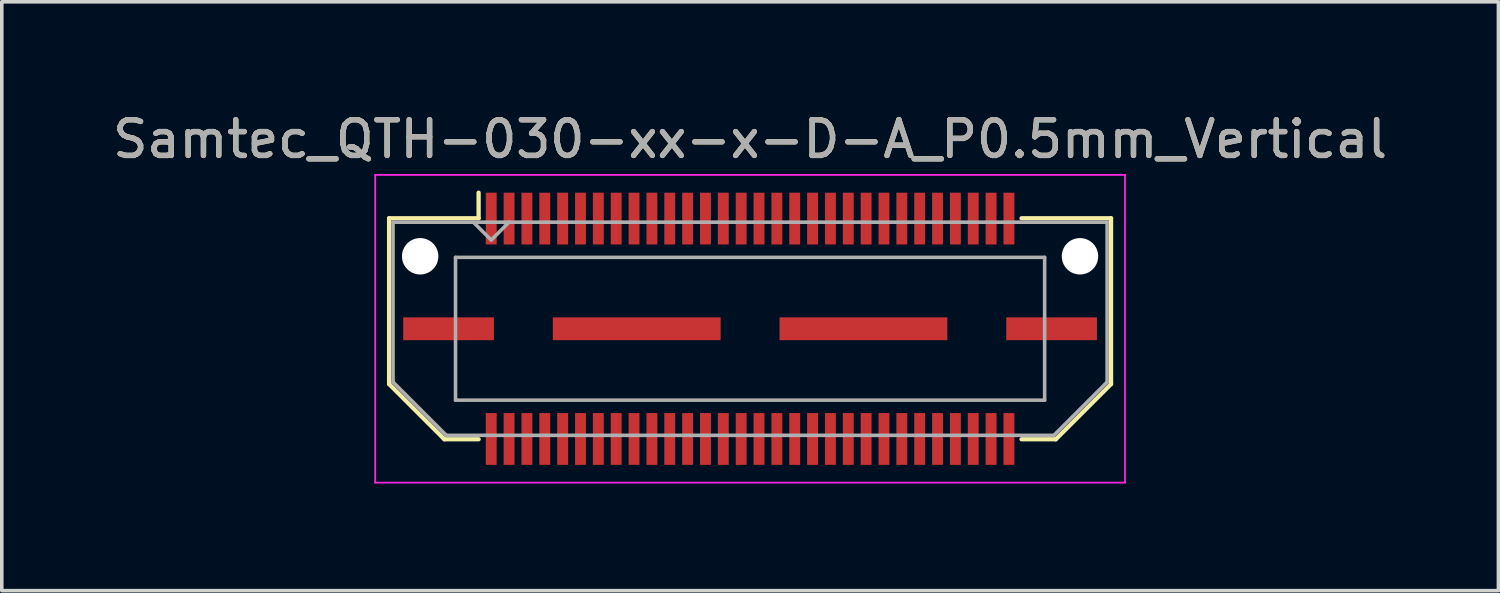
<source format=kicad_pcb>
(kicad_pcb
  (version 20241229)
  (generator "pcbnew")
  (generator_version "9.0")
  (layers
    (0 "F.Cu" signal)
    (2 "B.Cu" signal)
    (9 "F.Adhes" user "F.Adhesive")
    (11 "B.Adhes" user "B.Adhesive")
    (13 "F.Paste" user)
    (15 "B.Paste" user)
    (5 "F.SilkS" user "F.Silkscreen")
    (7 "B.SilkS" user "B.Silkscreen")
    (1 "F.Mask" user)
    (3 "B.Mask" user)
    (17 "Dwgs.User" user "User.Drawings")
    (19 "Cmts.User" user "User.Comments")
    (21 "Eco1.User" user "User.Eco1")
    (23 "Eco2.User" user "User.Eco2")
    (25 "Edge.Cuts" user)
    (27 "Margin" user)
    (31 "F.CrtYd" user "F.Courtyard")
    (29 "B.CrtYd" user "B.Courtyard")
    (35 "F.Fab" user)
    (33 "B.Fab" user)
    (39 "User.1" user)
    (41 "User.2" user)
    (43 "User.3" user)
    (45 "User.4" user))
  (footprint "Samtec_QTH-030-xx-x-D-A_P0.5mm_Vertical"
    (layer "F.Cu")
    (at 17.958 6.158)
    (property "Reference" "Samtec_QTH-030-xx-x-D-A_P0.5mm_Vertical" (at 0 -5.31 0) (layer "F.SilkS") (effects (font (size 1 1) (thickness 0.15))))
    (attr smd)
    (fp_line (start -10.11 -3.095) (end -10.11 1.548) (stroke (width 0.12) (type solid)) (layer "F.SilkS"))
    (fp_line (start -10.11 1.548) (end -8.562 3.095) (stroke (width 0.12) (type solid)) (layer "F.SilkS"))
    (fp_line (start -8.562 3.095) (end -7.603 3.095) (stroke (width 0.12) (type solid)) (layer "F.SilkS"))
    (fp_line (start -7.603 -3.811) (end -7.603 -3.095) (stroke (width 0.12) (type solid)) (layer "F.SilkS"))
    (fp_line (start -7.603 -3.095) (end -10.11 -3.095) (stroke (width 0.12) (type solid)) (layer "F.SilkS"))
    (fp_line (start 7.603 -3.095) (end 10.11 -3.095) (stroke (width 0.12) (type solid)) (layer "F.SilkS"))
    (fp_line (start 8.562 3.095) (end 7.603 3.095) (stroke (width 0.12) (type solid)) (layer "F.SilkS"))
    (fp_line (start 10.11 -3.095) (end 10.11 1.548) (stroke (width 0.12) (type solid)) (layer "F.SilkS"))
    (fp_line (start 10.11 1.548) (end 8.562 3.095) (stroke (width 0.12) (type solid)) (layer "F.SilkS"))
    (fp_line (start -10.5 -4.31) (end -10.5 4.31) (stroke (width 0.05) (type solid)) (layer "F.CrtYd"))
    (fp_line (start -10.5 4.31) (end 10.5 4.31) (stroke (width 0.05) (type solid)) (layer "F.CrtYd"))
    (fp_line (start 10.5 -4.31) (end -10.5 -4.31) (stroke (width 0.05) (type solid)) (layer "F.CrtYd"))
    (fp_line (start 10.5 4.31) (end 10.5 -4.31) (stroke (width 0.05) (type solid)) (layer "F.CrtYd"))
    (fp_line (start -10 -2.985) (end -10 1.492) (stroke (width 0.1) (type solid)) (layer "F.Fab"))
    (fp_line (start -10 -2.985) (end 10 -2.985) (stroke (width 0.1) (type solid)) (layer "F.Fab"))
    (fp_line (start -10 1.492) (end -8.508 2.985) (stroke (width 0.1) (type solid)) (layer "F.Fab"))
    (fp_line (start -8.508 2.985) (end 8.508 2.985) (stroke (width 0.1) (type solid)) (layer "F.Fab"))
    (fp_line (start -8.25 -2) (end -8.25 2) (stroke (width 0.1) (type solid)) (layer "F.Fab"))
    (fp_line (start -8.25 2) (end 8.25 2) (stroke (width 0.1) (type solid)) (layer "F.Fab"))
    (fp_line (start -7.25 -2.485) (end -7.75 -2.985) (stroke (width 0.1) (type solid)) (layer "F.Fab"))
    (fp_line (start -6.75 -2.985) (end -7.25 -2.485) (stroke (width 0.1) (type solid)) (layer "F.Fab"))
    (fp_line (start 8.25 -2) (end -8.25 -2) (stroke (width 0.1) (type solid)) (layer "F.Fab"))
    (fp_line (start 8.25 2) (end 8.25 -2) (stroke (width 0.1) (type solid)) (layer "F.Fab"))
    (fp_line (start 10 -2.985) (end 10 1.492) (stroke (width 0.1) (type solid)) (layer "F.Fab"))
    (fp_line (start 10 1.492) (end 8.508 2.985) (stroke (width 0.1) (type solid)) (layer "F.Fab"))
    (fp_text user "${REFERENCE}" (at 0 -5.31 0) (layer "F.Fab") (effects (font (size 1 1) (thickness 0.15))))
    (pad "" np_thru_hole circle (at -9.24 -2.03) (size 1.02 1.02) (drill 1.02) (layers "*.Cu" "*.Mask"))
    (pad "" np_thru_hole circle (at 9.24 -2.03) (size 1.02 1.02) (drill 1.02) (layers "*.Cu" "*.Mask"))
    (pad "1" smd rect (at -7.25 -3.086) (size 0.305 1.45) (layers "F.Cu" "F.Mask" "F.Paste"))
    (pad "2" smd rect (at -7.25 3.086) (size 0.305 1.45) (layers "F.Cu" "F.Mask" "F.Paste"))
    (pad "3" smd rect (at -6.75 -3.086) (size 0.305 1.45) (layers "F.Cu" "F.Mask" "F.Paste"))
    (pad "4" smd rect (at -6.75 3.086) (size 0.305 1.45) (layers "F.Cu" "F.Mask" "F.Paste"))
    (pad "5" smd rect (at -6.25 -3.086) (size 0.305 1.45) (layers "F.Cu" "F.Mask" "F.Paste"))
    (pad "6" smd rect (at -6.25 3.086) (size 0.305 1.45) (layers "F.Cu" "F.Mask" "F.Paste"))
    (pad "7" smd rect (at -5.75 -3.086) (size 0.305 1.45) (layers "F.Cu" "F.Mask" "F.Paste"))
    (pad "8" smd rect (at -5.75 3.086) (size 0.305 1.45) (layers "F.Cu" "F.Mask" "F.Paste"))
    (pad "9" smd rect (at -5.25 -3.086) (size 0.305 1.45) (layers "F.Cu" "F.Mask" "F.Paste"))
    (pad "10" smd rect (at -5.25 3.086) (size 0.305 1.45) (layers "F.Cu" "F.Mask" "F.Paste"))
    (pad "11" smd rect (at -4.75 -3.086) (size 0.305 1.45) (layers "F.Cu" "F.Mask" "F.Paste"))
    (pad "12" smd rect (at -4.75 3.086) (size 0.305 1.45) (layers "F.Cu" "F.Mask" "F.Paste"))
    (pad "13" smd rect (at -4.25 -3.086) (size 0.305 1.45) (layers "F.Cu" "F.Mask" "F.Paste"))
    (pad "14" smd rect (at -4.25 3.086) (size 0.305 1.45) (layers "F.Cu" "F.Mask" "F.Paste"))
    (pad "15" smd rect (at -3.75 -3.086) (size 0.305 1.45) (layers "F.Cu" "F.Mask" "F.Paste"))
    (pad "16" smd rect (at -3.75 3.086) (size 0.305 1.45) (layers "F.Cu" "F.Mask" "F.Paste"))
    (pad "17" smd rect (at -3.25 -3.086) (size 0.305 1.45) (layers "F.Cu" "F.Mask" "F.Paste"))
    (pad "18" smd rect (at -3.25 3.086) (size 0.305 1.45) (layers "F.Cu" "F.Mask" "F.Paste"))
    (pad "19" smd rect (at -2.75 -3.086) (size 0.305 1.45) (layers "F.Cu" "F.Mask" "F.Paste"))
    (pad "20" smd rect (at -2.75 3.086) (size 0.305 1.45) (layers "F.Cu" "F.Mask" "F.Paste"))
    (pad "21" smd rect (at -2.25 -3.086) (size 0.305 1.45) (layers "F.Cu" "F.Mask" "F.Paste"))
    (pad "22" smd rect (at -2.25 3.086) (size 0.305 1.45) (layers "F.Cu" "F.Mask" "F.Paste"))
    (pad "23" smd rect (at -1.75 -3.086) (size 0.305 1.45) (layers "F.Cu" "F.Mask" "F.Paste"))
    (pad "24" smd rect (at -1.75 3.086) (size 0.305 1.45) (layers "F.Cu" "F.Mask" "F.Paste"))
    (pad "25" smd rect (at -1.25 -3.086) (size 0.305 1.45) (layers "F.Cu" "F.Mask" "F.Paste"))
    (pad "26" smd rect (at -1.25 3.086) (size 0.305 1.45) (layers "F.Cu" "F.Mask" "F.Paste"))
    (pad "27" smd rect (at -0.75 -3.086) (size 0.305 1.45) (layers "F.Cu" "F.Mask" "F.Paste"))
    (pad "28" smd rect (at -0.75 3.086) (size 0.305 1.45) (layers "F.Cu" "F.Mask" "F.Paste"))
    (pad "29" smd rect (at -0.25 -3.086) (size 0.305 1.45) (layers "F.Cu" "F.Mask" "F.Paste"))
    (pad "30" smd rect (at -0.25 3.086) (size 0.305 1.45) (layers "F.Cu" "F.Mask" "F.Paste"))
    (pad "31" smd rect (at 0.25 -3.086) (size 0.305 1.45) (layers "F.Cu" "F.Mask" "F.Paste"))
    (pad "32" smd rect (at 0.25 3.086) (size 0.305 1.45) (layers "F.Cu" "F.Mask" "F.Paste"))
    (pad "33" smd rect (at 0.75 -3.086) (size 0.305 1.45) (layers "F.Cu" "F.Mask" "F.Paste"))
    (pad "34" smd rect (at 0.75 3.086) (size 0.305 1.45) (layers "F.Cu" "F.Mask" "F.Paste"))
    (pad "35" smd rect (at 1.25 -3.086) (size 0.305 1.45) (layers "F.Cu" "F.Mask" "F.Paste"))
    (pad "36" smd rect (at 1.25 3.086) (size 0.305 1.45) (layers "F.Cu" "F.Mask" "F.Paste"))
    (pad "37" smd rect (at 1.75 -3.086) (size 0.305 1.45) (layers "F.Cu" "F.Mask" "F.Paste"))
    (pad "38" smd rect (at 1.75 3.086) (size 0.305 1.45) (layers "F.Cu" "F.Mask" "F.Paste"))
    (pad "39" smd rect (at 2.25 -3.086) (size 0.305 1.45) (layers "F.Cu" "F.Mask" "F.Paste"))
    (pad "40" smd rect (at 2.25 3.086) (size 0.305 1.45) (layers "F.Cu" "F.Mask" "F.Paste"))
    (pad "41" smd rect (at 2.75 -3.086) (size 0.305 1.45) (layers "F.Cu" "F.Mask" "F.Paste"))
    (pad "42" smd rect (at 2.75 3.086) (size 0.305 1.45) (layers "F.Cu" "F.Mask" "F.Paste"))
    (pad "43" smd rect (at 3.25 -3.086) (size 0.305 1.45) (layers "F.Cu" "F.Mask" "F.Paste"))
    (pad "44" smd rect (at 3.25 3.086) (size 0.305 1.45) (layers "F.Cu" "F.Mask" "F.Paste"))
    (pad "45" smd rect (at 3.75 -3.086) (size 0.305 1.45) (layers "F.Cu" "F.Mask" "F.Paste"))
    (pad "46" smd rect (at 3.75 3.086) (size 0.305 1.45) (layers "F.Cu" "F.Mask" "F.Paste"))
    (pad "47" smd rect (at 4.25 -3.086) (size 0.305 1.45) (layers "F.Cu" "F.Mask" "F.Paste"))
    (pad "48" smd rect (at 4.25 3.086) (size 0.305 1.45) (layers "F.Cu" "F.Mask" "F.Paste"))
    (pad "49" smd rect (at 4.75 -3.086) (size 0.305 1.45) (layers "F.Cu" "F.Mask" "F.Paste"))
    (pad "50" smd rect (at 4.75 3.086) (size 0.305 1.45) (layers "F.Cu" "F.Mask" "F.Paste"))
    (pad "51" smd rect (at 5.25 -3.086) (size 0.305 1.45) (layers "F.Cu" "F.Mask" "F.Paste"))
    (pad "52" smd rect (at 5.25 3.086) (size 0.305 1.45) (layers "F.Cu" "F.Mask" "F.Paste"))
    (pad "53" smd rect (at 5.75 -3.086) (size 0.305 1.45) (layers "F.Cu" "F.Mask" "F.Paste"))
    (pad "54" smd rect (at 5.75 3.086) (size 0.305 1.45) (layers "F.Cu" "F.Mask" "F.Paste"))
    (pad "55" smd rect (at 6.25 -3.086) (size 0.305 1.45) (layers "F.Cu" "F.Mask" "F.Paste"))
    (pad "56" smd rect (at 6.25 3.086) (size 0.305 1.45) (layers "F.Cu" "F.Mask" "F.Paste"))
    (pad "57" smd rect (at 6.75 -3.086) (size 0.305 1.45) (layers "F.Cu" "F.Mask" "F.Paste"))
    (pad "58" smd rect (at 6.75 3.086) (size 0.305 1.45) (layers "F.Cu" "F.Mask" "F.Paste"))
    (pad "59" smd rect (at 7.25 -3.086) (size 0.305 1.45) (layers "F.Cu" "F.Mask" "F.Paste"))
    (pad "60" smd rect (at 7.25 3.086) (size 0.305 1.45) (layers "F.Cu" "F.Mask" "F.Paste"))
    (pad "61" smd rect (at -8.445 0) (size 2.54 0.64) (layers "F.Cu" "F.Mask" "F.Paste"))
    (pad "62" smd rect (at -3.175 0) (size 4.7 0.64) (layers "F.Cu" "F.Mask" "F.Paste"))
    (pad "63" smd rect (at 3.175 0) (size 4.7 0.64) (layers "F.Cu" "F.Mask" "F.Paste"))
    (pad "64" smd rect (at 8.445 0) (size 2.54 0.64) (layers "F.Cu" "F.Mask" "F.Paste")))
  (gr_rect
    (start -3 -3)
    (end 38.917 13.493)
    (stroke (width 0.1) (type default))
    (fill no)
    (layer "Edge.Cuts")))
</source>
